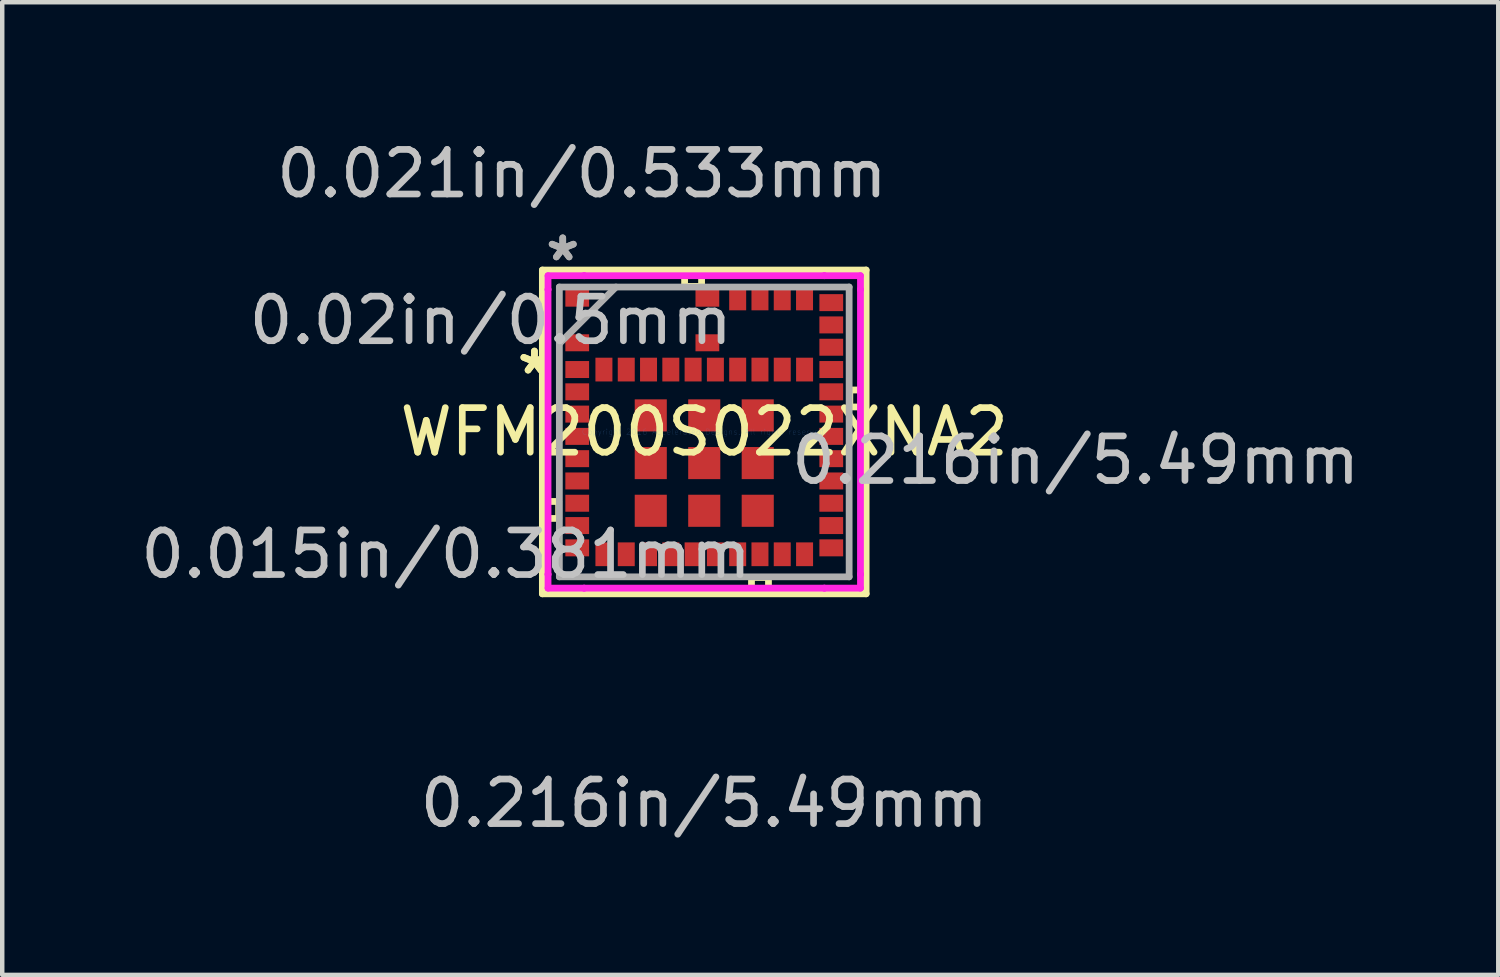
<source format=kicad_pcb>
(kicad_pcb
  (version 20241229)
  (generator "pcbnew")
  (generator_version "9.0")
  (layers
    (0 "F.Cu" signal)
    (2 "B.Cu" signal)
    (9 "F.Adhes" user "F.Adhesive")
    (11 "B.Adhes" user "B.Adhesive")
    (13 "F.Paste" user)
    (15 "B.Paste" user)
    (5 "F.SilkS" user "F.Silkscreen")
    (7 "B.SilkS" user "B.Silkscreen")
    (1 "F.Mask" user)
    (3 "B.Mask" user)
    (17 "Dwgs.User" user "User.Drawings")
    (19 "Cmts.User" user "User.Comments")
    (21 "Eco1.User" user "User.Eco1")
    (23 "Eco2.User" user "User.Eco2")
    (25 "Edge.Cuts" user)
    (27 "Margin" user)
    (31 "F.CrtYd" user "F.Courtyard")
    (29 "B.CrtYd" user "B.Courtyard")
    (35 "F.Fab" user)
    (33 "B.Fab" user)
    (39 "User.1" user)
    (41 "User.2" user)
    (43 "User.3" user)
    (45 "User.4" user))
  (footprint "WFM200S022XNA2"
    (layer "F.Cu")
    (at 12.751 6.641)
    (property "Reference" "WFM200S022XNA2" (at 0 0 0) (layer "F.SilkS") (effects (font (size 1 1) (thickness 0.15))))
    (attr through_hole)
    (fp_line (start -3.632 -3.632) (end -3.632 3.632) (stroke (width 0.152) (type solid)) (layer "F.SilkS"))
    (fp_line (start -3.632 3.632) (end 3.632 3.632) (stroke (width 0.152) (type solid)) (layer "F.SilkS"))
    (fp_line (start -3.52 1.56) (end -3.52 1.941) (stroke (width 0.152) (type solid)) (layer "F.SilkS"))
    (fp_line (start -3.52 1.941) (end -3.266 1.941) (stroke (width 0.152) (type solid)) (layer "F.SilkS"))
    (fp_line (start -3.266 1.56) (end -3.52 1.56) (stroke (width 0.152) (type solid)) (layer "F.SilkS"))
    (fp_line (start -3.266 1.941) (end -3.266 1.56) (stroke (width 0.152) (type solid)) (layer "F.SilkS"))
    (fp_line (start -0.441 -3.52) (end -0.06 -3.52) (stroke (width 0.152) (type solid)) (layer "F.SilkS"))
    (fp_line (start -0.441 -3.266) (end -0.441 -3.52) (stroke (width 0.152) (type solid)) (layer "F.SilkS"))
    (fp_line (start -0.06 -3.52) (end -0.06 -3.266) (stroke (width 0.152) (type solid)) (layer "F.SilkS"))
    (fp_line (start -0.06 -3.266) (end -0.441 -3.266) (stroke (width 0.152) (type solid)) (layer "F.SilkS"))
    (fp_line (start 1.06 3.266) (end 1.06 3.52) (stroke (width 0.152) (type solid)) (layer "F.SilkS"))
    (fp_line (start 1.06 3.52) (end 1.441 3.52) (stroke (width 0.152) (type solid)) (layer "F.SilkS"))
    (fp_line (start 1.441 3.266) (end 1.06 3.266) (stroke (width 0.152) (type solid)) (layer "F.SilkS"))
    (fp_line (start 1.441 3.52) (end 1.441 3.266) (stroke (width 0.152) (type solid)) (layer "F.SilkS"))
    (fp_line (start 3.266 -0.941) (end 3.52 -0.941) (stroke (width 0.152) (type solid)) (layer "F.SilkS"))
    (fp_line (start 3.266 -0.56) (end 3.266 -0.941) (stroke (width 0.152) (type solid)) (layer "F.SilkS"))
    (fp_line (start 3.52 -0.941) (end 3.52 -0.56) (stroke (width 0.152) (type solid)) (layer "F.SilkS"))
    (fp_line (start 3.52 -0.56) (end 3.266 -0.56) (stroke (width 0.152) (type solid)) (layer "F.SilkS"))
    (fp_line (start 3.632 -3.632) (end -3.632 -3.632) (stroke (width 0.152) (type solid)) (layer "F.SilkS"))
    (fp_line (start 3.632 3.632) (end 3.632 -3.632) (stroke (width 0.152) (type solid)) (layer "F.SilkS"))
    (fp_line (start -3.505 -3.505) (end -2.695 -3.505) (stroke (width 0.152) (type solid)) (layer "F.CrtYd"))
    (fp_line (start -3.505 -3.195) (end -3.505 -3.505) (stroke (width 0.152) (type solid)) (layer "F.CrtYd"))
    (fp_line (start -3.505 -3.195) (end -3.505 -3.195) (stroke (width 0.152) (type solid)) (layer "F.CrtYd"))
    (fp_line (start -3.505 3.195) (end -3.505 -3.195) (stroke (width 0.152) (type solid)) (layer "F.CrtYd"))
    (fp_line (start -3.505 3.195) (end -3.505 3.195) (stroke (width 0.152) (type solid)) (layer "F.CrtYd"))
    (fp_line (start -3.505 3.505) (end -3.505 3.195) (stroke (width 0.152) (type solid)) (layer "F.CrtYd"))
    (fp_line (start -2.695 -3.505) (end -2.695 -3.505) (stroke (width 0.152) (type solid)) (layer "F.CrtYd"))
    (fp_line (start -2.695 -3.505) (end 2.695 -3.505) (stroke (width 0.152) (type solid)) (layer "F.CrtYd"))
    (fp_line (start -2.695 3.505) (end -3.505 3.505) (stroke (width 0.152) (type solid)) (layer "F.CrtYd"))
    (fp_line (start -2.695 3.505) (end -2.695 3.505) (stroke (width 0.152) (type solid)) (layer "F.CrtYd"))
    (fp_line (start 2.695 -3.505) (end 2.695 -3.505) (stroke (width 0.152) (type solid)) (layer "F.CrtYd"))
    (fp_line (start 2.695 -3.505) (end 3.505 -3.505) (stroke (width 0.152) (type solid)) (layer "F.CrtYd"))
    (fp_line (start 2.695 3.505) (end -2.695 3.505) (stroke (width 0.152) (type solid)) (layer "F.CrtYd"))
    (fp_line (start 2.695 3.505) (end 2.695 3.505) (stroke (width 0.152) (type solid)) (layer "F.CrtYd"))
    (fp_line (start 3.505 -3.505) (end 3.505 -3.195) (stroke (width 0.152) (type solid)) (layer "F.CrtYd"))
    (fp_line (start 3.505 -3.195) (end 3.505 -3.195) (stroke (width 0.152) (type solid)) (layer "F.CrtYd"))
    (fp_line (start 3.505 -3.195) (end 3.505 3.195) (stroke (width 0.152) (type solid)) (layer "F.CrtYd"))
    (fp_line (start 3.505 3.195) (end 3.505 3.195) (stroke (width 0.152) (type solid)) (layer "F.CrtYd"))
    (fp_line (start 3.505 3.195) (end 3.505 3.505) (stroke (width 0.152) (type solid)) (layer "F.CrtYd"))
    (fp_line (start 3.505 3.505) (end 2.695 3.505) (stroke (width 0.152) (type solid)) (layer "F.CrtYd"))
    (fp_line (start -3.251 -3.251) (end -3.251 3.251) (stroke (width 0.152) (type solid)) (layer "F.Fab"))
    (fp_line (start -3.251 -1.981) (end -1.981 -3.251) (stroke (width 0.152) (type solid)) (layer "F.Fab"))
    (fp_line (start -3.251 3.251) (end 3.251 3.251) (stroke (width 0.152) (type solid)) (layer "F.Fab"))
    (fp_line (start 3.251 -3.251) (end -3.251 -3.251) (stroke (width 0.152) (type solid)) (layer "F.Fab"))
    (fp_line (start 3.251 3.251) (end 3.251 -3.251) (stroke (width 0.152) (type solid)) (layer "F.Fab"))
    (fp_text user "*" (at -3.81 -1.27 0) (layer "F.SilkS") (effects (font (size 1 1) (thickness 0.15))))
    (fp_text user "*" (at -3.81 -1.27 0) (layer "F.SilkS") (effects (font (size 1 1) (thickness 0.15))))
    (fp_text user "0.02in/0.5mm" (at -4.79 -2.501 0) (layer "Dwgs.User") (effects (font (size 1 1) (thickness 0.15))))
    (fp_text user "0.021in/0.533mm" (at -2.745 -5.793 0) (layer "Dwgs.User") (effects (font (size 1 1) (thickness 0.15))))
    (fp_text user "0.216in/5.49mm" (at 8.333 0.635 0) (layer "Dwgs.User") (effects (font (size 1 1) (thickness 0.15))))
    (fp_text user "0.216in/5.49mm" (at 0 8.333 0) (layer "Dwgs.User") (effects (font (size 1 1) (thickness 0.15))))
    (fp_text user "0.015in/0.381mm" (at -5.793 2.745 0) (layer "Dwgs.User") (effects (font (size 1 1) (thickness 0.15))))
    (fp_text user "Copyright 2016 Accelerated Designs. All rights reserved." (at 0 0 0) (layer "Cmts.User") (effects (font (size 0.127 0.127) (thickness 0.002))))
    (fp_text user "*" (at -3.175 -3.81 0) (layer "F.Fab") (effects (font (size 1 1) (thickness 0.15))))
    (fp_text user "*" (at -3.175 -3.81 0) (layer "F.Fab") (effects (font (size 1 1) (thickness 0.15))))
    (pad "1" smd rect (at -2.85 -1.4 90) (size 0.381 0.533) (layers "F.Cu" "F.Mask" "F.Paste"))
    (pad "2" smd rect (at -2.85 -0.9 90) (size 0.381 0.533) (layers "F.Cu" "F.Mask" "F.Paste"))
    (pad "3" smd rect (at -2.85 -0.4 90) (size 0.381 0.533) (layers "F.Cu" "F.Mask" "F.Paste"))
    (pad "4" smd rect (at -2.85 0.1 90) (size 0.381 0.533) (layers "F.Cu" "F.Mask" "F.Paste"))
    (pad "5" smd rect (at -2.85 0.6 90) (size 0.381 0.533) (layers "F.Cu" "F.Mask" "F.Paste"))
    (pad "6" smd rect (at -2.85 1.1 90) (size 0.381 0.533) (layers "F.Cu" "F.Mask" "F.Paste"))
    (pad "7" smd rect (at -2.85 1.6 90) (size 0.381 0.533) (layers "F.Cu" "F.Mask" "F.Paste"))
    (pad "8" smd rect (at -2.85 2.101 90) (size 0.381 0.533) (layers "F.Cu" "F.Mask" "F.Paste"))
    (pad "9" smd rect (at -2.85 2.601 90) (size 0.381 0.533) (layers "F.Cu" "F.Mask" "F.Paste"))
    (pad "10" smd rect (at -2.251 2.745) (size 0.381 0.533) (layers "F.Cu" "F.Mask" "F.Paste"))
    (pad "11" smd rect (at -1.75 2.745) (size 0.381 0.533) (layers "F.Cu" "F.Mask" "F.Paste"))
    (pad "12" smd rect (at -1.25 2.745) (size 0.381 0.533) (layers "F.Cu" "F.Mask" "F.Paste"))
    (pad "13" smd rect (at -0.75 2.745) (size 0.381 0.533) (layers "F.Cu" "F.Mask" "F.Paste"))
    (pad "14" smd rect (at -0.25 2.745) (size 0.381 0.533) (layers "F.Cu" "F.Mask" "F.Paste"))
    (pad "15" smd rect (at 0.25 2.745) (size 0.381 0.533) (layers "F.Cu" "F.Mask" "F.Paste"))
    (pad "16" smd rect (at 0.75 2.745) (size 0.381 0.533) (layers "F.Cu" "F.Mask" "F.Paste"))
    (pad "17" smd rect (at 1.25 2.745) (size 0.381 0.533) (layers "F.Cu" "F.Mask" "F.Paste"))
    (pad "18" smd rect (at 1.75 2.745) (size 0.381 0.533) (layers "F.Cu" "F.Mask" "F.Paste"))
    (pad "19" smd rect (at 2.251 2.745) (size 0.381 0.533) (layers "F.Cu" "F.Mask" "F.Paste"))
    (pad "20" smd rect (at 2.85 2.601 90) (size 0.381 0.533) (layers "F.Cu" "F.Mask" "F.Paste"))
    (pad "21" smd rect (at 2.85 2.101 90) (size 0.381 0.533) (layers "F.Cu" "F.Mask" "F.Paste"))
    (pad "22" smd rect (at 2.85 1.6 90) (size 0.381 0.533) (layers "F.Cu" "F.Mask" "F.Paste"))
    (pad "23" smd rect (at 2.85 1.1 90) (size 0.381 0.533) (layers "F.Cu" "F.Mask" "F.Paste"))
    (pad "24" smd rect (at 2.85 0.6 90) (size 0.381 0.533) (layers "F.Cu" "F.Mask" "F.Paste"))
    (pad "25" smd rect (at 2.85 0.1 90) (size 0.381 0.533) (layers "F.Cu" "F.Mask" "F.Paste"))
    (pad "26" smd rect (at 2.85 -0.4 90) (size 0.381 0.533) (layers "F.Cu" "F.Mask" "F.Paste"))
    (pad "27" smd rect (at 2.85 -0.9 90) (size 0.381 0.533) (layers "F.Cu" "F.Mask" "F.Paste"))
    (pad "28" smd rect (at 2.85 -1.4 90) (size 0.381 0.533) (layers "F.Cu" "F.Mask" "F.Paste"))
    (pad "29" smd rect (at 2.85 -1.9 90) (size 0.381 0.533) (layers "F.Cu" "F.Mask" "F.Paste"))
    (pad "30" smd rect (at 2.85 -2.401 90) (size 0.381 0.533) (layers "F.Cu" "F.Mask" "F.Paste"))
    (pad "31" smd rect (at 2.85 -2.901 90) (size 0.381 0.533) (layers "F.Cu" "F.Mask" "F.Paste"))
    (pad "32" smd rect (at 2.25 -2.995) (size 0.381 0.533) (layers "F.Cu" "F.Mask" "F.Paste"))
    (pad "33" smd rect (at 1.75 -2.995) (size 0.381 0.533) (layers "F.Cu" "F.Mask" "F.Paste"))
    (pad "34" smd rect (at 1.25 -2.995) (size 0.381 0.533) (layers "F.Cu" "F.Mask" "F.Paste"))
    (pad "35" smd rect (at 0.75 -2.995) (size 0.381 0.533) (layers "F.Cu" "F.Mask" "F.Paste"))
    (pad "36" smd rect (at 2.251 -1.399) (size 0.381 0.533) (layers "F.Cu" "F.Mask" "F.Paste"))
    (pad "37" smd rect (at 1.75 -1.399) (size 0.381 0.533) (layers "F.Cu" "F.Mask" "F.Paste"))
    (pad "38" smd rect (at 1.25 -1.399) (size 0.381 0.533) (layers "F.Cu" "F.Mask" "F.Paste"))
    (pad "39" smd rect (at 0.75 -1.399) (size 0.381 0.533) (layers "F.Cu" "F.Mask" "F.Paste"))
    (pad "40" smd rect (at 0.25 -1.399) (size 0.381 0.533) (layers "F.Cu" "F.Mask" "F.Paste"))
    (pad "41" smd rect (at -0.25 -1.399) (size 0.381 0.533) (layers "F.Cu" "F.Mask" "F.Paste"))
    (pad "42" smd rect (at -0.75 -1.399) (size 0.381 0.533) (layers "F.Cu" "F.Mask" "F.Paste"))
    (pad "43" smd rect (at -1.25 -1.399) (size 0.381 0.533) (layers "F.Cu" "F.Mask" "F.Paste"))
    (pad "44" smd rect (at -1.75 -1.399) (size 0.381 0.533) (layers "F.Cu" "F.Mask" "F.Paste"))
    (pad "45" smd rect (at -2.251 -1.399) (size 0.381 0.533) (layers "F.Cu" "F.Mask" "F.Paste"))
    (pad "46" smd rect (at 0.07 -3 90) (size 0.381 0.533) (layers "F.Cu" "F.Mask" "F.Paste"))
    (pad "47" smd rect (at -2.85 -3.001 90) (size 0.381 0.533) (layers "F.Cu" "F.Mask" "F.Paste"))
    (pad "48" smd rect (at 0.07 -2 90) (size 0.381 0.533) (layers "F.Cu" "F.Mask" "F.Paste"))
    (pad "49" smd rect (at -2.85 -2 90) (size 0.381 0.533) (layers "F.Cu" "F.Mask" "F.Paste"))
    (pad "50" smd rect (at 1.2 -0.371) (size 0.72 0.72) (layers "F.Cu" "F.Mask" "F.Paste"))
    (pad "51" smd rect (at 0 -0.371) (size 0.72 0.72) (layers "F.Cu" "F.Mask" "F.Paste"))
    (pad "52" smd rect (at -1.2 -0.371) (size 0.72 0.72) (layers "F.Cu" "F.Mask" "F.Paste"))
    (pad "53" smd rect (at 1.2 0.699) (size 0.72 0.72) (layers "F.Cu" "F.Mask" "F.Paste"))
    (pad "54" smd rect (at 0 0.699) (size 0.72 0.72) (layers "F.Cu" "F.Mask" "F.Paste"))
    (pad "55" smd rect (at -1.2 0.699) (size 0.72 0.72) (layers "F.Cu" "F.Mask" "F.Paste"))
    (pad "56" smd rect (at 1.2 1.769) (size 0.72 0.72) (layers "F.Cu" "F.Mask" "F.Paste"))
    (pad "57" smd rect (at 0 1.769) (size 0.72 0.72) (layers "F.Cu" "F.Mask" "F.Paste"))
    (pad "58" smd rect (at -1.2 1.769) (size 0.72 0.72) (layers "F.Cu" "F.Mask" "F.Paste")))
  (gr_rect
    (start -3 -3)
    (end 30.566 18.823)
    (stroke (width 0.1) (type default))
    (fill no)
    (layer "Edge.Cuts")))
</source>
